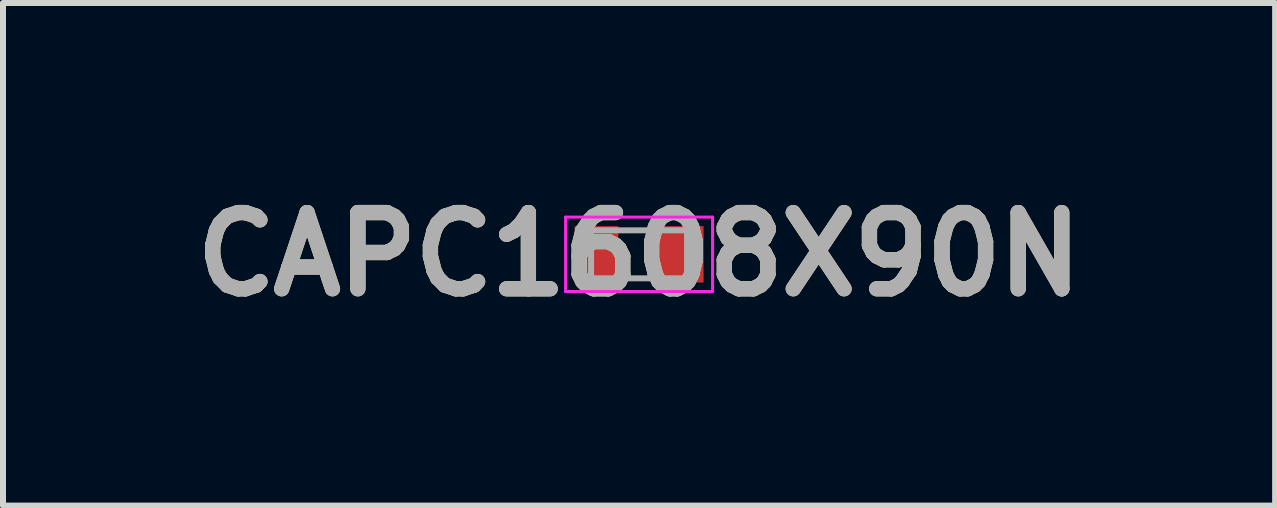
<source format=kicad_pcb>
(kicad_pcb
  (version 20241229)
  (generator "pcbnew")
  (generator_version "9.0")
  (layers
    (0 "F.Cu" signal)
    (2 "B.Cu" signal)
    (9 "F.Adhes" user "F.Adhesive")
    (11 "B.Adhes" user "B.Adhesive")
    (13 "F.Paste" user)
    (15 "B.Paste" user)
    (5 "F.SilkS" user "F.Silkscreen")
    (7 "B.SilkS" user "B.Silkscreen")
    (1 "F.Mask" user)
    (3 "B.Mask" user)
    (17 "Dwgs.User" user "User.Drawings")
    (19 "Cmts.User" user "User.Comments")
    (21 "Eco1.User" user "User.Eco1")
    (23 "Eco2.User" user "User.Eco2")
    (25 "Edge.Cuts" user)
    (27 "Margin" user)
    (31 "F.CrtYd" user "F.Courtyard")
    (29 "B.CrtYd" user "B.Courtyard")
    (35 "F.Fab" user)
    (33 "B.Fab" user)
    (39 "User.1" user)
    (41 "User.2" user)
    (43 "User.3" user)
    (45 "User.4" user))
  (footprint "CAPC1608X90N"
    (layer "F.Cu")
    (at 7.602 1.189)
    (property "Reference" "CAPC1608X90N" (at 0 0 0) (layer "F.SilkS") (effects (font (size 1.27 1.27) (thickness 0.254))))
    (attr smd)
    (fp_line (start -1.225 -0.62) (end 1.225 -0.62) (stroke (width 0.05) (type solid)) (layer "F.CrtYd"))
    (fp_line (start -1.225 0.62) (end -1.225 -0.62) (stroke (width 0.05) (type solid)) (layer "F.CrtYd"))
    (fp_line (start 1.225 -0.62) (end 1.225 0.62) (stroke (width 0.05) (type solid)) (layer "F.CrtYd"))
    (fp_line (start 1.225 0.62) (end -1.225 0.62) (stroke (width 0.05) (type solid)) (layer "F.CrtYd"))
    (fp_line (start -0.8 -0.4) (end 0.8 -0.4) (stroke (width 0.1) (type solid)) (layer "F.Fab"))
    (fp_line (start -0.8 0.4) (end -0.8 -0.4) (stroke (width 0.1) (type solid)) (layer "F.Fab"))
    (fp_line (start 0.8 -0.4) (end 0.8 0.4) (stroke (width 0.1) (type solid)) (layer "F.Fab"))
    (fp_line (start 0.8 0.4) (end -0.8 0.4) (stroke (width 0.1) (type solid)) (layer "F.Fab"))
    (fp_text user "${REFERENCE}" (at 0 0 0) (layer "F.Fab") (effects (font (size 1.27 1.27) (thickness 0.254))))
    (pad "1" smd rect (at -0.71 0) (size 0.73 0.94) (layers "F.Cu" "F.Mask" "F.Paste"))
    (pad "2" smd rect (at 0.71 0) (size 0.73 0.94) (layers "F.Cu" "F.Mask" "F.Paste")))
  (gr_rect
    (start -3 -3)
    (end 18.204 5.377)
    (stroke (width 0.1) (type default))
    (fill no)
    (layer "Edge.Cuts")))
</source>
